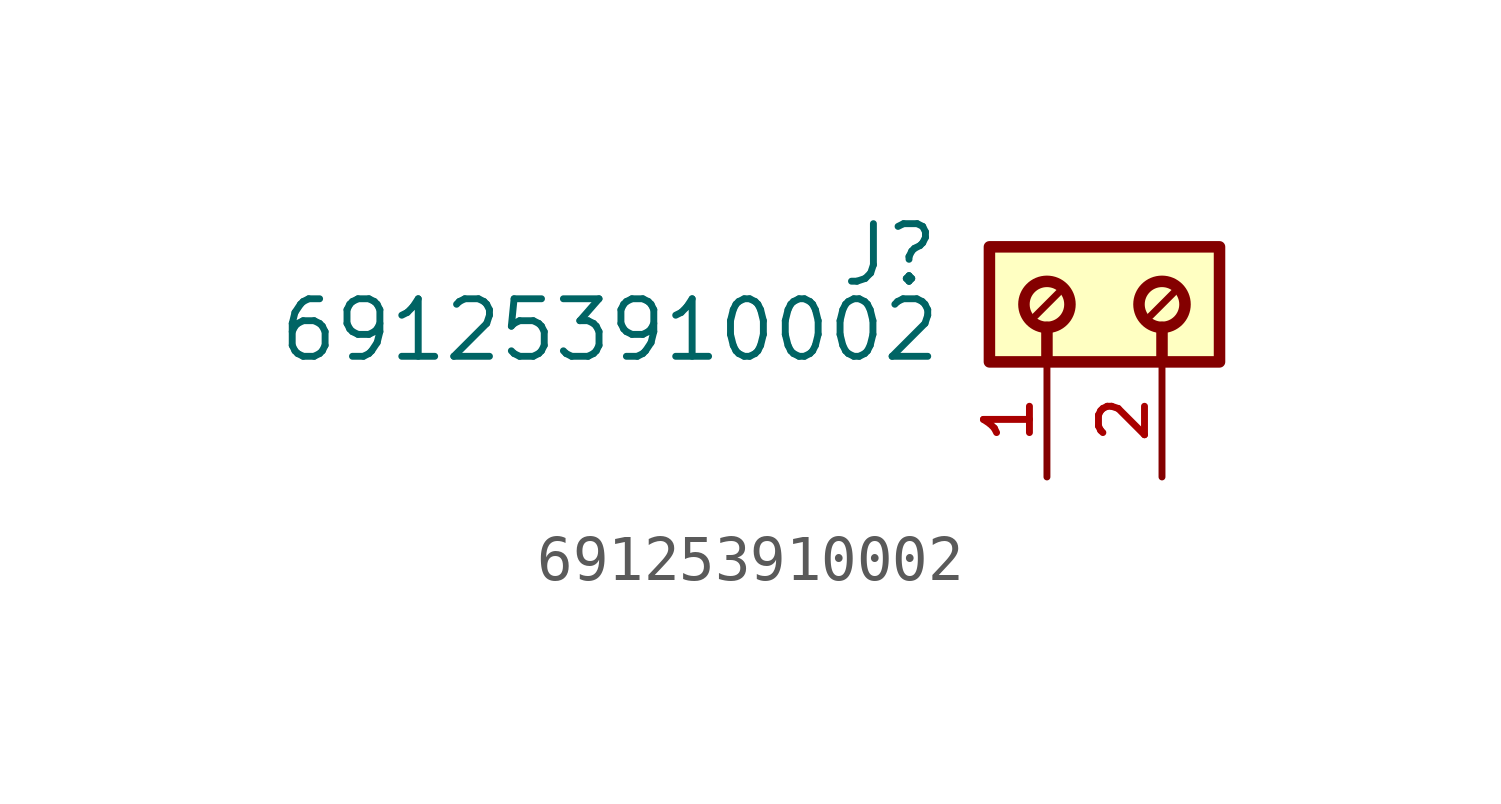
<source format=kicad_sym>
(kicad_symbol_lib
  (version 20211014)
  (generator kicad_symbol_editor)
  (symbol "691253910002"
    (pin_names
      (offset 1.016))
    (property "Reference" "J"
      (at -4.88 -0.922 0)
      (effects (font (size 1.27 1.27)) (justify bottom right)))
    (property "Value" "691253910002"
      (at -4.83 -2.58 0)
      (effects (font (size 1.27 1.27)) (justify bottom right)))
    (symbol "691253910002_0_0"
      (polyline (pts (xy -2.54 -1.778) (xy -2.54 -2.54)) (stroke (width 0.254)))
      (polyline (pts (xy 0.0 -1.778) (xy 0.0 -2.54)) (stroke (width 0.254)))
      (polyline (pts (xy -2.286 -1.016) (xy -2.794 -1.524)) (stroke (width 0.152)))
      (polyline (pts (xy 0.254 -1.016) (xy -0.254 -1.524)) (stroke (width 0.152)))
      (circle (center -2.54 -1.27) (radius 0.508) (stroke (width 0.254)) (fill (type none)))
      (circle (center 0.0 -1.27) (radius 0.508) (stroke (width 0.254)) (fill (type none)))
      (rectangle (start -3.81 -2.54) (end 1.27 -2.22044604925e-16) (stroke (width 0.254)) (fill (type background)))
      (pin passive line (at -2.54 -5.08 90.0) (length 2.54) (name "~" (effects (font (size 1.016 1.016)))) (number "1" (effects (font (size 1.016 1.016)))))
      (pin passive line (at 0.0 -5.08 90.0) (length 2.54) (name "~" (effects (font (size 1.016 1.016)))) (number "2" (effects (font (size 1.016 1.016))))))))
</source>
